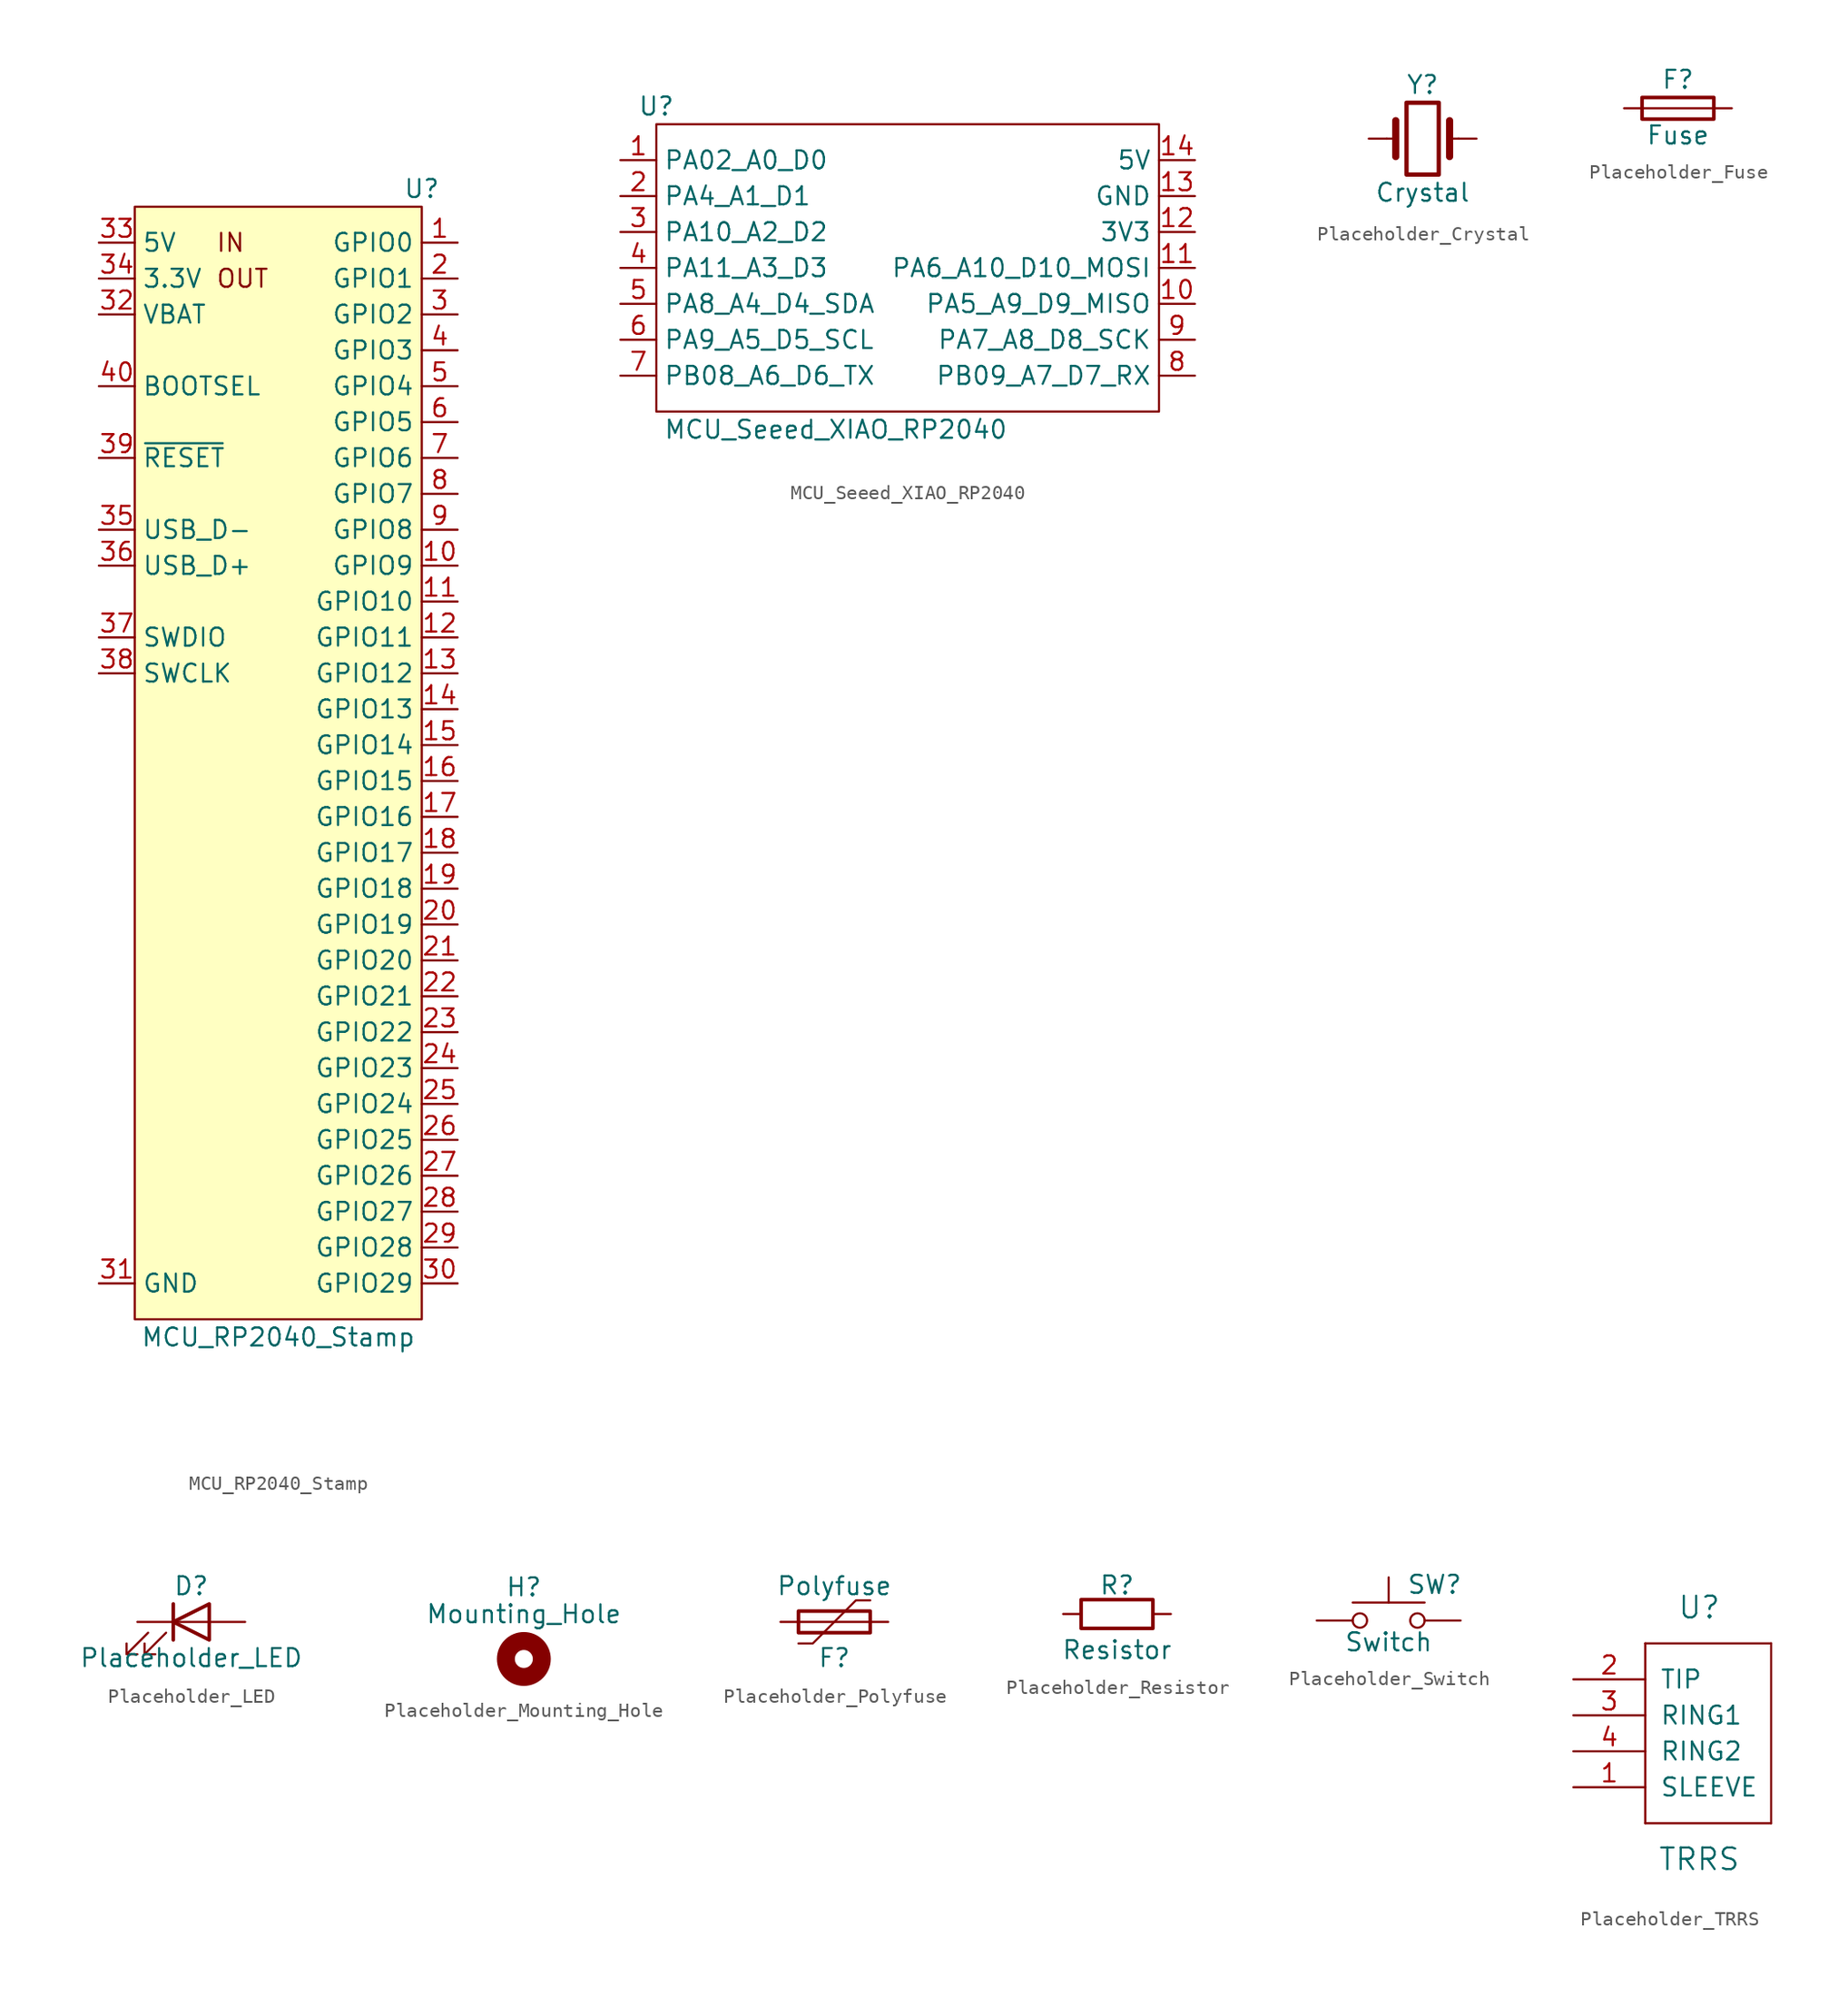
<source format=kicad_sym>
(kicad_symbol_lib
  (version 20231120)
  (generator "kicad_symbol_editor")
  (generator_version "8.0")
  (symbol "MCU_RP2040_Stamp"
    (property "Reference" "U"
      (at 10.16 43.18 0)
      (effects (font (size 1.27 1.27))))
    (property "Value" "MCU_RP2040_Stamp"
      (at 0 -38.1 0)
      (effects (font (size 1.27 1.27))))
    (symbol "MCU_RP2040_Stamp_0_0"
      (text "IN" (at -4.445 39.37 0) (effects (font (size 1.27 1.27)) (justify left)))
      (text "OUT" (at -4.445 36.83 0) (effects (font (size 1.27 1.27)) (justify left)))
      (pin bidirectional line (at 12.7 39.37 180) (length 2.54) (name "GPIO0" (effects (font (size 1.27 1.27)))) (number "1" (effects (font (size 1.27 1.27)))))
      (pin bidirectional line (at 12.7 16.51 180) (length 2.54) (name "GPIO9" (effects (font (size 1.27 1.27)))) (number "10" (effects (font (size 1.27 1.27)))))
      (pin bidirectional line (at 12.7 13.97 180) (length 2.54) (name "GPIO10" (effects (font (size 1.27 1.27)))) (number "11" (effects (font (size 1.27 1.27)))))
      (pin bidirectional line (at 12.7 11.43 180) (length 2.54) (name "GPIO11" (effects (font (size 1.27 1.27)))) (number "12" (effects (font (size 1.27 1.27)))))
      (pin bidirectional line (at 12.7 8.89 180) (length 2.54) (name "GPIO12" (effects (font (size 1.27 1.27)))) (number "13" (effects (font (size 1.27 1.27)))))
      (pin bidirectional line (at 12.7 6.35 180) (length 2.54) (name "GPIO13" (effects (font (size 1.27 1.27)))) (number "14" (effects (font (size 1.27 1.27)))))
      (pin bidirectional line (at 12.7 3.81 180) (length 2.54) (name "GPIO14" (effects (font (size 1.27 1.27)))) (number "15" (effects (font (size 1.27 1.27)))))
      (pin bidirectional line (at 12.7 1.27 180) (length 2.54) (name "GPIO15" (effects (font (size 1.27 1.27)))) (number "16" (effects (font (size 1.27 1.27)))))
      (pin bidirectional line (at 12.7 -1.27 180) (length 2.54) (name "GPIO16" (effects (font (size 1.27 1.27)))) (number "17" (effects (font (size 1.27 1.27)))))
      (pin bidirectional line (at 12.7 -3.81 180) (length 2.54) (name "GPIO17" (effects (font (size 1.27 1.27)))) (number "18" (effects (font (size 1.27 1.27)))))
      (pin bidirectional line (at 12.7 -6.35 180) (length 2.54) (name "GPIO18" (effects (font (size 1.27 1.27)))) (number "19" (effects (font (size 1.27 1.27)))))
      (pin bidirectional line (at 12.7 36.83 180) (length 2.54) (name "GPIO1" (effects (font (size 1.27 1.27)))) (number "2" (effects (font (size 1.27 1.27)))))
      (pin bidirectional line (at 12.7 -8.89 180) (length 2.54) (name "GPIO19" (effects (font (size 1.27 1.27)))) (number "20" (effects (font (size 1.27 1.27)))))
      (pin bidirectional line (at 12.7 -11.43 180) (length 2.54) (name "GPIO20" (effects (font (size 1.27 1.27)))) (number "21" (effects (font (size 1.27 1.27)))))
      (pin bidirectional line (at 12.7 -13.97 180) (length 2.54) (name "GPIO21" (effects (font (size 1.27 1.27)))) (number "22" (effects (font (size 1.27 1.27)))) (alternate "NEOPIXEL" output line))
      (pin bidirectional line (at 12.7 -16.51 180) (length 2.54) (name "GPIO22" (effects (font (size 1.27 1.27)))) (number "23" (effects (font (size 1.27 1.27)))))
      (pin bidirectional line (at 12.7 -19.05 180) (length 2.54) (name "GPIO23" (effects (font (size 1.27 1.27)))) (number "24" (effects (font (size 1.27 1.27)))))
      (pin bidirectional line (at 12.7 -21.59 180) (length 2.54) (name "GPIO24" (effects (font (size 1.27 1.27)))) (number "25" (effects (font (size 1.27 1.27)))))
      (pin bidirectional line (at 12.7 -24.13 180) (length 2.54) (name "GPIO25" (effects (font (size 1.27 1.27)))) (number "26" (effects (font (size 1.27 1.27)))))
      (pin bidirectional line (at 12.7 -26.67 180) (length 2.54) (name "GPIO26" (effects (font (size 1.27 1.27)))) (number "27" (effects (font (size 1.27 1.27)))) (alternate "A0" input line))
      (pin bidirectional line (at 12.7 -29.21 180) (length 2.54) (name "GPIO27" (effects (font (size 1.27 1.27)))) (number "28" (effects (font (size 1.27 1.27)))) (alternate "A1" input line))
      (pin bidirectional line (at 12.7 -31.75 180) (length 2.54) (name "GPIO28" (effects (font (size 1.27 1.27)))) (number "29" (effects (font (size 1.27 1.27)))) (alternate "A2" input line))
      (pin bidirectional line (at 12.7 34.29 180) (length 2.54) (name "GPIO2" (effects (font (size 1.27 1.27)))) (number "3" (effects (font (size 1.27 1.27)))))
      (pin bidirectional line (at 12.7 -34.29 180) (length 2.54) (name "GPIO29" (effects (font (size 1.27 1.27)))) (number "30" (effects (font (size 1.27 1.27)))) (alternate "A3" input line))
      (pin power_in line (at -12.7 -34.29 0) (length 2.54) (name "GND" (effects (font (size 1.27 1.27)))) (number "31" (effects (font (size 1.27 1.27)))))
      (pin power_in line (at -12.7 34.29 0) (length 2.54) (name "VBAT" (effects (font (size 1.27 1.27)))) (number "32" (effects (font (size 1.27 1.27)))))
      (pin power_in line (at -12.7 39.37 0) (length 2.54) (name "5V" (effects (font (size 1.27 1.27)))) (number "33" (effects (font (size 1.27 1.27)))))
      (pin power_out line (at -12.7 36.83 0) (length 2.54) (name "3.3V" (effects (font (size 1.27 1.27)))) (number "34" (effects (font (size 1.27 1.27)))))
      (pin bidirectional line (at -12.7 19.05 0) (length 2.54) (name "USB_D-" (effects (font (size 1.27 1.27)))) (number "35" (effects (font (size 1.27 1.27)))))
      (pin bidirectional line (at -12.7 16.51 0) (length 2.54) (name "USB_D+" (effects (font (size 1.27 1.27)))) (number "36" (effects (font (size 1.27 1.27)))))
      (pin bidirectional line (at -12.7 11.43 0) (length 2.54) (name "SWDIO" (effects (font (size 1.27 1.27)))) (number "37" (effects (font (size 1.27 1.27)))))
      (pin input line (at -12.7 8.89 0) (length 2.54) (name "SWCLK" (effects (font (size 1.27 1.27)))) (number "38" (effects (font (size 1.27 1.27)))))
      (pin bidirectional line (at -12.7 24.13 0) (length 2.54) (name "~{RESET}" (effects (font (size 1.27 1.27)))) (number "39" (effects (font (size 1.27 1.27)))))
      (pin bidirectional line (at 12.7 31.75 180) (length 2.54) (name "GPIO3" (effects (font (size 1.27 1.27)))) (number "4" (effects (font (size 1.27 1.27)))))
      (pin input line (at -12.7 29.21 0) (length 2.54) (name "BOOTSEL" (effects (font (size 1.27 1.27)))) (number "40" (effects (font (size 1.27 1.27)))))
      (pin bidirectional line (at 12.7 29.21 180) (length 2.54) (name "GPIO4" (effects (font (size 1.27 1.27)))) (number "5" (effects (font (size 1.27 1.27)))))
      (pin bidirectional line (at 12.7 26.67 180) (length 2.54) (name "GPIO5" (effects (font (size 1.27 1.27)))) (number "6" (effects (font (size 1.27 1.27)))))
      (pin bidirectional line (at 12.7 24.13 180) (length 2.54) (name "GPIO6" (effects (font (size 1.27 1.27)))) (number "7" (effects (font (size 1.27 1.27)))))
      (pin bidirectional line (at 12.7 21.59 180) (length 2.54) (name "GPIO7" (effects (font (size 1.27 1.27)))) (number "8" (effects (font (size 1.27 1.27)))))
      (pin bidirectional line (at 12.7 19.05 180) (length 2.54) (name "GPIO8" (effects (font (size 1.27 1.27)))) (number "9" (effects (font (size 1.27 1.27))))))
    (symbol "MCU_RP2040_Stamp_0_1"
      (rectangle (start -10.16 41.91) (end 10.16 -36.83) (stroke (width 0.152) (type default)) (fill (type background)))))
  (symbol "MCU_Seeed_XIAO_RP2040"
    (property "Reference" "U"
      (at -16.51 11.43 0)
      (effects (font (size 1.27 1.27))))
    (property "Value" "MCU_Seeed_XIAO_RP2040"
      (at -3.81 -11.43 0)
      (effects (font (size 1.27 1.27))))
    (symbol "MCU_Seeed_XIAO_RP2040_0_1"
      (rectangle (start -16.51 10.16) (end 19.05 -10.16) (stroke (width 0) (type default)) (fill (type none))))
    (symbol "MCU_Seeed_XIAO_RP2040_1_1"
      (pin passive line (at -19.05 7.62 0) (length 2.54) (name "PA02_A0_D0" (effects (font (size 1.27 1.27)))) (number "1" (effects (font (size 1.27 1.27)))))
      (pin passive line (at 21.59 -2.54 180) (length 2.54) (name "PA5_A9_D9_MISO" (effects (font (size 1.27 1.27)))) (number "10" (effects (font (size 1.27 1.27)))))
      (pin passive line (at 21.59 0 180) (length 2.54) (name "PA6_A10_D10_MOSI" (effects (font (size 1.27 1.27)))) (number "11" (effects (font (size 1.27 1.27)))))
      (pin passive line (at 21.59 2.54 180) (length 2.54) (name "3V3" (effects (font (size 1.27 1.27)))) (number "12" (effects (font (size 1.27 1.27)))))
      (pin passive line (at 21.59 5.08 180) (length 2.54) (name "GND" (effects (font (size 1.27 1.27)))) (number "13" (effects (font (size 1.27 1.27)))))
      (pin passive line (at 21.59 7.62 180) (length 2.54) (name "5V" (effects (font (size 1.27 1.27)))) (number "14" (effects (font (size 1.27 1.27)))))
      (pin passive line (at -19.05 5.08 0) (length 2.54) (name "PA4_A1_D1" (effects (font (size 1.27 1.27)))) (number "2" (effects (font (size 1.27 1.27)))))
      (pin passive line (at -19.05 2.54 0) (length 2.54) (name "PA10_A2_D2" (effects (font (size 1.27 1.27)))) (number "3" (effects (font (size 1.27 1.27)))))
      (pin passive line (at -19.05 0 0) (length 2.54) (name "PA11_A3_D3" (effects (font (size 1.27 1.27)))) (number "4" (effects (font (size 1.27 1.27)))))
      (pin passive line (at -19.05 -2.54 0) (length 2.54) (name "PA8_A4_D4_SDA" (effects (font (size 1.27 1.27)))) (number "5" (effects (font (size 1.27 1.27)))))
      (pin passive line (at -19.05 -5.08 0) (length 2.54) (name "PA9_A5_D5_SCL" (effects (font (size 1.27 1.27)))) (number "6" (effects (font (size 1.27 1.27)))))
      (pin passive line (at -19.05 -7.62 0) (length 2.54) (name "PB08_A6_D6_TX" (effects (font (size 1.27 1.27)))) (number "7" (effects (font (size 1.27 1.27)))))
      (pin passive line (at 21.59 -7.62 180) (length 2.54) (name "PB09_A7_D7_RX" (effects (font (size 1.27 1.27)))) (number "8" (effects (font (size 1.27 1.27)))))
      (pin passive line (at 21.59 -5.08 180) (length 2.54) (name "PA7_A8_D8_SCK" (effects (font (size 1.27 1.27)))) (number "9" (effects (font (size 1.27 1.27)))))))
  (symbol "Placeholder_Crystal"
    (pin_numbers hide)
    (pin_names
      (offset 1.016) hide)
    (property "Reference" "Y"
      (at 0 3.81 0)
      (effects (font (size 1.27 1.27))))
    (property "Value" "Crystal"
      (at 0 -3.81 0)
      (effects (font (size 1.27 1.27))))
    (symbol "Placeholder_Crystal_0_1"
      (rectangle (start -1.143 2.54) (end 1.143 -2.54) (stroke (width 0.305) (type default)) (fill (type none)))
      (polyline (pts (xy -2.54 0) (xy -1.905 0)) (stroke (width 0) (type default)) (fill (type none)))
      (polyline (pts (xy -1.905 -1.27) (xy -1.905 1.27)) (stroke (width 0.508) (type default)) (fill (type none)))
      (polyline (pts (xy 1.905 -1.27) (xy 1.905 1.27)) (stroke (width 0.508) (type default)) (fill (type none)))
      (polyline (pts (xy 2.54 0) (xy 1.905 0)) (stroke (width 0) (type default)) (fill (type none))))
    (symbol "Placeholder_Crystal_1_1"
      (pin passive line (at -3.81 0 0) (length 1.27) (name "1" (effects (font (size 1.27 1.27)))) (number "1" (effects (font (size 1.27 1.27)))))
      (pin passive line (at 3.81 0 180) (length 1.27) (name "2" (effects (font (size 1.27 1.27)))) (number "2" (effects (font (size 1.27 1.27)))))))
  (symbol "Placeholder_Fuse"
    (pin_numbers hide)
    (pin_names
      (offset 0))
    (property "Reference" "F"
      (at 0 2.032 0)
      (effects (font (size 1.27 1.27))))
    (property "Value" "Fuse"
      (at 0 -1.905 0)
      (effects (font (size 1.27 1.27))))
    (symbol "Placeholder_Fuse_0_1"
      (polyline (pts (xy -2.54 0) (xy 2.54 0)) (stroke (width 0) (type default)) (fill (type none)))
      (rectangle (start 2.54 -0.762) (end -2.54 0.762) (stroke (width 0.254) (type default)) (fill (type none))))
    (symbol "Placeholder_Fuse_1_1"
      (pin passive line (at -3.81 0 0) (length 1.27) (name "~" (effects (font (size 1.27 1.27)))) (number "1" (effects (font (size 1.27 1.27)))))
      (pin passive line (at 3.81 0 180) (length 1.27) (name "~" (effects (font (size 1.27 1.27)))) (number "2" (effects (font (size 1.27 1.27)))))))
  (symbol "Placeholder_LED"
    (pin_numbers hide)
    (pin_names
      (offset 1.016) hide)
    (property "Reference" "D"
      (at 0 2.54 0)
      (effects (font (size 1.27 1.27))))
    (property "Value" "Placeholder_LED"
      (at 0 -2.54 0)
      (effects (font (size 1.27 1.27))))
    (symbol "Placeholder_LED_0_1"
      (polyline (pts (xy -1.27 -1.27) (xy -1.27 1.27)) (stroke (width 0.254) (type default)) (fill (type none)))
      (polyline (pts (xy -1.27 0) (xy 1.27 0)) (stroke (width 0) (type default)) (fill (type none)))
      (polyline (pts (xy 1.27 -1.27) (xy 1.27 1.27) (xy -1.27 0) (xy 1.27 -1.27)) (stroke (width 0.254) (type default)) (fill (type none)))
      (polyline (pts (xy -3.048 -0.762) (xy -4.572 -2.286) (xy -3.81 -2.286) (xy -4.572 -2.286) (xy -4.572 -1.524)) (stroke (width 0) (type default)) (fill (type none)))
      (polyline (pts (xy -1.778 -0.762) (xy -3.302 -2.286) (xy -2.54 -2.286) (xy -3.302 -2.286) (xy -3.302 -1.524)) (stroke (width 0) (type default)) (fill (type none))))
    (symbol "Placeholder_LED_1_1"
      (pin passive line (at -3.81 0 0) (length 2.54) (name "K" (effects (font (size 1.27 1.27)))) (number "1" (effects (font (size 1.27 1.27)))))
      (pin passive line (at 3.81 0 180) (length 2.54) (name "A" (effects (font (size 1.27 1.27)))) (number "2" (effects (font (size 1.27 1.27)))))))
  (symbol "Placeholder_Mounting_Hole"
    (pin_names
      (offset 1.016))
    (property "Reference" "H"
      (at 0 5.08 0)
      (effects (font (size 1.27 1.27))))
    (property "Value" "Mounting_Hole"
      (at 0 3.175 0)
      (effects (font (size 1.27 1.27))))
    (symbol "Placeholder_Mounting_Hole_0_1"
      (circle (center 0 0) (radius 1.27) (stroke (width 1.27) (type default)) (fill (type none)))))
  (symbol "Placeholder_Polyfuse"
    (pin_numbers hide)
    (pin_names
      (offset 0))
    (property "Reference" "F"
      (at 0 -2.54 0)
      (effects (font (size 1.27 1.27))))
    (property "Value" "Polyfuse"
      (at 0 2.54 0)
      (effects (font (size 1.27 1.27))))
    (symbol "Placeholder_Polyfuse_0_1"
      (rectangle (start -2.54 -0.762) (end 2.54 0.762) (stroke (width 0.254) (type default)) (fill (type none)))
      (polyline (pts (xy -2.54 0) (xy 2.54 0)) (stroke (width 0) (type default)) (fill (type none)))
      (polyline (pts (xy -2.54 -1.524) (xy -1.524 -1.524) (xy 1.524 1.524) (xy 2.54 1.524)) (stroke (width 0) (type default)) (fill (type none))))
    (symbol "Placeholder_Polyfuse_1_1"
      (pin passive line (at -3.81 0 0) (length 1.27) (name "~" (effects (font (size 1.27 1.27)))) (number "1" (effects (font (size 1.27 1.27)))))
      (pin passive line (at 3.81 0 180) (length 1.27) (name "~" (effects (font (size 1.27 1.27)))) (number "2" (effects (font (size 1.27 1.27)))))))
  (symbol "Placeholder_Resistor"
    (pin_numbers hide)
    (pin_names
      (offset 0))
    (property "Reference" "R"
      (at 0 2.032 0)
      (effects (font (size 1.27 1.27))))
    (property "Value" "Resistor"
      (at 0 -2.54 0)
      (effects (font (size 1.27 1.27))))
    (symbol "Placeholder_Resistor_0_1"
      (rectangle (start 2.54 -1.016) (end -2.54 1.016) (stroke (width 0.254) (type default)) (fill (type none))))
    (symbol "Placeholder_Resistor_1_1"
      (pin passive line (at -3.81 0 0) (length 1.27) (name "~" (effects (font (size 1.27 1.27)))) (number "1" (effects (font (size 1.27 1.27)))))
      (pin passive line (at 3.81 0 180) (length 1.27) (name "~" (effects (font (size 1.27 1.27)))) (number "2" (effects (font (size 1.27 1.27)))))))
  (symbol "Placeholder_Switch"
    (pin_numbers hide)
    (pin_names
      (offset 1.016) hide)
    (property "Reference" "SW"
      (at 1.27 2.54 0)
      (effects (font (size 1.27 1.27)) (justify left)))
    (property "Value" "Switch"
      (at 0 -1.524 0)
      (effects (font (size 1.27 1.27))))
    (symbol "Placeholder_Switch_0_1"
      (circle (center -2.032 0) (radius 0.508) (stroke (width 0) (type default)) (fill (type none)))
      (polyline (pts (xy 0 1.27) (xy 0 3.048)) (stroke (width 0) (type default)) (fill (type none)))
      (polyline (pts (xy 2.54 1.27) (xy -2.54 1.27)) (stroke (width 0) (type default)) (fill (type none)))
      (circle (center 2.032 0) (radius 0.508) (stroke (width 0) (type default)) (fill (type none)))
      (pin passive line (at -5.08 0 0) (length 2.54) (name "1" (effects (font (size 1.27 1.27)))) (number "1" (effects (font (size 1.27 1.27)))))
      (pin passive line (at 5.08 0 180) (length 2.54) (name "2" (effects (font (size 1.27 1.27)))) (number "2" (effects (font (size 1.27 1.27)))))))
  (symbol "Placeholder_TRRS"
    (pin_names
      (offset 1.016))
    (property "Reference" "U"
      (at 0 15.24 0)
      (effects (font (size 1.524 1.524))))
    (property "Value" "TRRS"
      (at 0 -2.54 0)
      (effects (font (size 1.524 1.524))))
    (symbol "Placeholder_TRRS_0_1"
      (rectangle (start -3.81 0) (end -3.81 12.7) (stroke (width 0) (type solid)) (fill (type none)))
      (rectangle (start -3.81 0) (end 5.08 0) (stroke (width 0) (type solid)) (fill (type none)))
      (rectangle (start -3.81 12.7) (end 5.08 12.7) (stroke (width 0) (type solid)) (fill (type none)))
      (rectangle (start 5.08 12.7) (end 5.08 0) (stroke (width 0) (type solid)) (fill (type none))))
    (symbol "Placeholder_TRRS_1_1"
      (pin input line (at -8.89 2.54 0) (length 5.08) (name "SLEEVE" (effects (font (size 1.27 1.27)))) (number "1" (effects (font (size 1.27 1.27)))))
      (pin input line (at -8.89 10.16 0) (length 5.08) (name "TIP" (effects (font (size 1.27 1.27)))) (number "2" (effects (font (size 1.27 1.27)))))
      (pin input line (at -8.89 7.62 0) (length 5.08) (name "RING1" (effects (font (size 1.27 1.27)))) (number "3" (effects (font (size 1.27 1.27)))))
      (pin input line (at -8.89 5.08 0) (length 5.08) (name "RING2" (effects (font (size 1.27 1.27)))) (number "4" (effects (font (size 1.27 1.27))))))))
</source>
